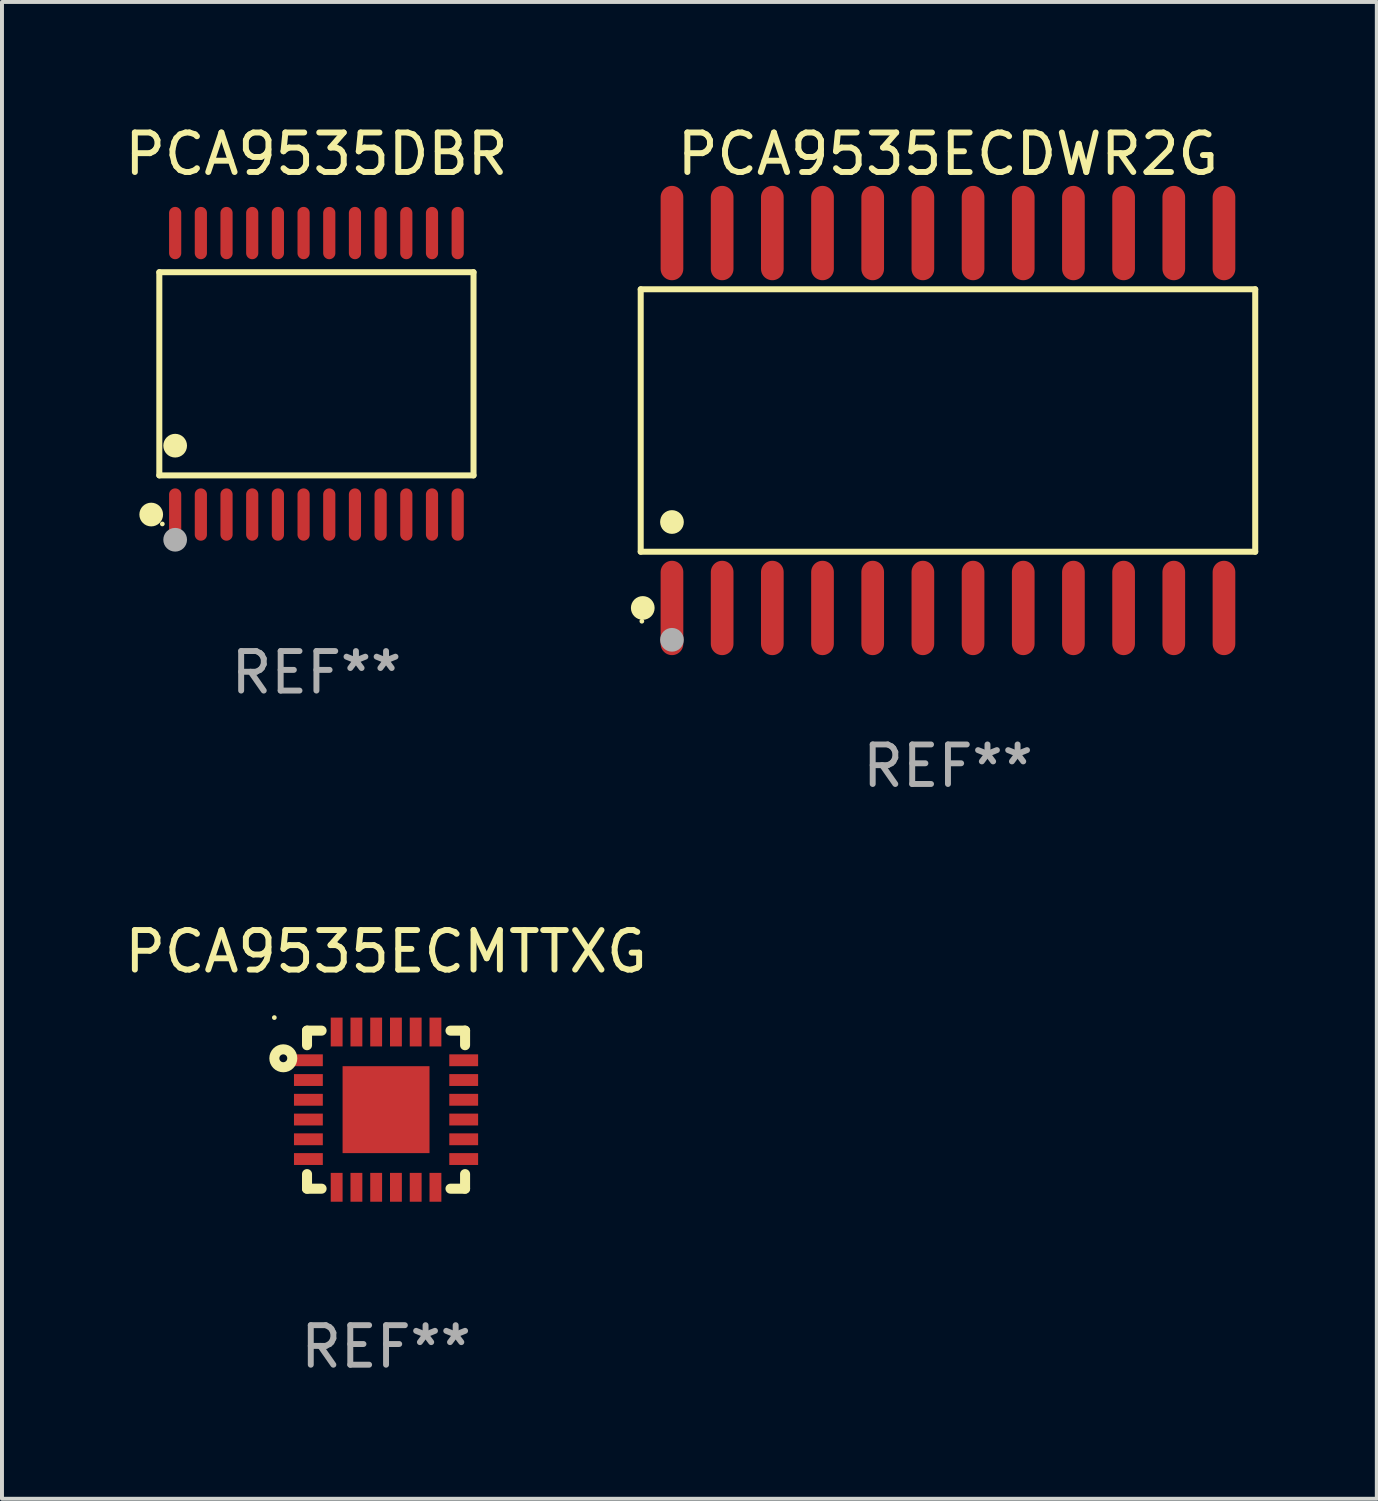
<source format=kicad_pcb>
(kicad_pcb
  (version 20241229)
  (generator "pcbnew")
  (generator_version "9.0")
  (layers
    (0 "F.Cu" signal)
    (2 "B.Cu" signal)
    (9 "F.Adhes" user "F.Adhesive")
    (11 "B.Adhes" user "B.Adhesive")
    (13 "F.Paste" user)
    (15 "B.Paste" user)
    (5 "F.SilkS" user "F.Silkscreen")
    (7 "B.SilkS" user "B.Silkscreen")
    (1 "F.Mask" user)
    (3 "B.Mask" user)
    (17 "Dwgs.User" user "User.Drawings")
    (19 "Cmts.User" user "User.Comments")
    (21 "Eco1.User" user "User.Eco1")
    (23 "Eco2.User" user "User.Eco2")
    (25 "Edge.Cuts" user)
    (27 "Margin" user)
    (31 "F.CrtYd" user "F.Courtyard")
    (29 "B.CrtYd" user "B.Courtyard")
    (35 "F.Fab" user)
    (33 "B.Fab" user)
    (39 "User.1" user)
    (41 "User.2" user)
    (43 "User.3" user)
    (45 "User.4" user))
  (footprint "PCA9535ECMTTXG"
    (layer "F.Cu")
    (at 6.72 25.033)
    (property "Reference" "PCA9535ECMTTXG" (at 0 -4 0) (layer "F.SilkS") (effects (font (size 1 1) (thickness 0.15))))
    (attr through_hole)
    (fp_line (start -2 -2) (end -1.631 -2) (stroke (width 0.254) (type solid)) (layer "F.SilkS"))
    (fp_line (start -2 -1.631) (end -2 -2) (stroke (width 0.254) (type solid)) (layer "F.SilkS"))
    (fp_line (start -2 2) (end -2 1.631) (stroke (width 0.254) (type solid)) (layer "F.SilkS"))
    (fp_line (start -1.631 2) (end -2 2) (stroke (width 0.254) (type solid)) (layer "F.SilkS"))
    (fp_line (start 1.631 -2) (end 2 -2) (stroke (width 0.254) (type solid)) (layer "F.SilkS"))
    (fp_line (start 2 -2) (end 2 -1.631) (stroke (width 0.254) (type solid)) (layer "F.SilkS"))
    (fp_line (start 2 1.631) (end 2 2) (stroke (width 0.254) (type solid)) (layer "F.SilkS"))
    (fp_line (start 2 2) (end 1.631 2) (stroke (width 0.254) (type solid)) (layer "F.SilkS"))
    (fp_circle (center -2.827 -2.33) (end -2.797 -2.33) (stroke (width 0.06) (type solid)) (fill no) (layer "F.SilkS"))
    (fp_circle (center -2.6 -1.3) (end -2.5 -1.3) (stroke (width 0.254) (type solid)) (fill no) (layer "F.SilkS"))
    (fp_text user "REF**" (at 0 6 0) (layer "F.Fab") (effects (font (size 1 1) (thickness 0.15))))
    (pad "1" smd rect (at -1.965 -1.25) (size 0.73 0.3) (layers "F.Cu" "F.Mask" "F.Paste"))
    (pad "2" smd rect (at -1.965 -0.75) (size 0.73 0.3) (layers "F.Cu" "F.Mask" "F.Paste"))
    (pad "3" smd rect (at -1.965 -0.25) (size 0.73 0.3) (layers "F.Cu" "F.Mask" "F.Paste"))
    (pad "4" smd rect (at -1.965 0.25) (size 0.73 0.3) (layers "F.Cu" "F.Mask" "F.Paste"))
    (pad "5" smd rect (at -1.965 0.75) (size 0.73 0.3) (layers "F.Cu" "F.Mask" "F.Paste"))
    (pad "6" smd rect (at -1.965 1.25) (size 0.73 0.3) (layers "F.Cu" "F.Mask" "F.Paste"))
    (pad "7" smd rect (at -1.25 1.965) (size 0.3 0.73) (layers "F.Cu" "F.Mask" "F.Paste"))
    (pad "8" smd rect (at -0.75 1.965) (size 0.3 0.73) (layers "F.Cu" "F.Mask" "F.Paste"))
    (pad "9" smd rect (at -0.25 1.965) (size 0.3 0.73) (layers "F.Cu" "F.Mask" "F.Paste"))
    (pad "10" smd rect (at 0.25 1.965) (size 0.3 0.73) (layers "F.Cu" "F.Mask" "F.Paste"))
    (pad "11" smd rect (at 0.75 1.965) (size 0.3 0.73) (layers "F.Cu" "F.Mask" "F.Paste"))
    (pad "12" smd rect (at 1.25 1.965) (size 0.3 0.73) (layers "F.Cu" "F.Mask" "F.Paste"))
    (pad "13" smd rect (at 1.965 1.25) (size 0.73 0.3) (layers "F.Cu" "F.Mask" "F.Paste"))
    (pad "14" smd rect (at 1.965 0.75) (size 0.73 0.3) (layers "F.Cu" "F.Mask" "F.Paste"))
    (pad "15" smd rect (at 1.965 0.25) (size 0.73 0.3) (layers "F.Cu" "F.Mask" "F.Paste"))
    (pad "16" smd rect (at 1.965 -0.25) (size 0.73 0.3) (layers "F.Cu" "F.Mask" "F.Paste"))
    (pad "17" smd rect (at 1.965 -0.75) (size 0.73 0.3) (layers "F.Cu" "F.Mask" "F.Paste"))
    (pad "18" smd rect (at 1.965 -1.25) (size 0.73 0.3) (layers "F.Cu" "F.Mask" "F.Paste"))
    (pad "19" smd rect (at 1.25 -1.965) (size 0.3 0.73) (layers "F.Cu" "F.Mask" "F.Paste"))
    (pad "20" smd rect (at 0.75 -1.965) (size 0.3 0.73) (layers "F.Cu" "F.Mask" "F.Paste"))
    (pad "21" smd rect (at 0.25 -1.965) (size 0.3 0.73) (layers "F.Cu" "F.Mask" "F.Paste"))
    (pad "22" smd rect (at -0.25 -1.965) (size 0.3 0.73) (layers "F.Cu" "F.Mask" "F.Paste"))
    (pad "23" smd rect (at -0.75 -1.965) (size 0.3 0.73) (layers "F.Cu" "F.Mask" "F.Paste"))
    (pad "24" smd rect (at -1.25 -1.965) (size 0.3 0.73) (layers "F.Cu" "F.Mask" "F.Paste"))
    (pad "25" smd rect (at 0 0) (size 2.2 2.2) (layers "F.Cu" "F.Mask" "F.Paste")))
  (footprint "PCA9535DBR"
    (layer "F.Cu")
    (at 4.958 6.41)
    (property "Reference" "PCA9535DBR" (at 0 -5.562 0) (layer "F.SilkS") (effects (font (size 1 1) (thickness 0.15))))
    (attr through_hole)
    (fp_line (start -3.976 -2.571) (end 3.976 -2.571) (stroke (width 0.152) (type solid)) (layer "F.SilkS"))
    (fp_line (start -3.976 2.571) (end -3.976 -2.571) (stroke (width 0.152) (type solid)) (layer "F.SilkS"))
    (fp_line (start 3.976 -2.571) (end 3.976 2.571) (stroke (width 0.152) (type solid)) (layer "F.SilkS"))
    (fp_line (start 3.976 2.571) (end -3.976 2.571) (stroke (width 0.152) (type solid)) (layer "F.SilkS"))
    (fp_circle (center -4.181 3.562) (end -4.031 3.562) (stroke (width 0.3) (type solid)) (fill no) (layer "F.SilkS"))
    (fp_circle (center -3.9 3.8) (end -3.87 3.8) (stroke (width 0.06) (type solid)) (fill no) (layer "F.SilkS"))
    (fp_circle (center -3.575 1.819) (end -3.425 1.819) (stroke (width 0.3) (type solid)) (fill no) (layer "F.SilkS"))
    (fp_circle (center -3.575 4.2) (end -3.425 4.2) (stroke (width 0.3) (type solid)) (fill no) (layer "F.Fab"))
    (fp_text user "REF**" (at 0 7.562 0) (layer "F.Fab") (effects (font (size 1 1) (thickness 0.15))))
    (pad "1" smd oval (at -3.575 3.562) (size 0.308 1.324) (layers "F.Cu" "F.Mask" "F.Paste"))
    (pad "2" smd oval (at -2.925 3.562) (size 0.308 1.324) (layers "F.Cu" "F.Mask" "F.Paste"))
    (pad "3" smd oval (at -2.275 3.562) (size 0.308 1.324) (layers "F.Cu" "F.Mask" "F.Paste"))
    (pad "4" smd oval (at -1.625 3.562) (size 0.308 1.324) (layers "F.Cu" "F.Mask" "F.Paste"))
    (pad "5" smd oval (at -0.975 3.562) (size 0.308 1.324) (layers "F.Cu" "F.Mask" "F.Paste"))
    (pad "6" smd oval (at -0.325 3.562) (size 0.308 1.324) (layers "F.Cu" "F.Mask" "F.Paste"))
    (pad "7" smd oval (at 0.325 3.562) (size 0.308 1.324) (layers "F.Cu" "F.Mask" "F.Paste"))
    (pad "8" smd oval (at 0.975 3.562) (size 0.308 1.324) (layers "F.Cu" "F.Mask" "F.Paste"))
    (pad "9" smd oval (at 1.625 3.562) (size 0.308 1.324) (layers "F.Cu" "F.Mask" "F.Paste"))
    (pad "10" smd oval (at 2.275 3.562) (size 0.308 1.324) (layers "F.Cu" "F.Mask" "F.Paste"))
    (pad "11" smd oval (at 2.925 3.562) (size 0.308 1.324) (layers "F.Cu" "F.Mask" "F.Paste"))
    (pad "12" smd oval (at 3.575 3.562) (size 0.308 1.324) (layers "F.Cu" "F.Mask" "F.Paste"))
    (pad "13" smd oval (at 3.575 -3.562) (size 0.308 1.324) (layers "F.Cu" "F.Mask" "F.Paste"))
    (pad "14" smd oval (at 2.925 -3.562) (size 0.308 1.324) (layers "F.Cu" "F.Mask" "F.Paste"))
    (pad "15" smd oval (at 2.275 -3.562) (size 0.308 1.324) (layers "F.Cu" "F.Mask" "F.Paste"))
    (pad "16" smd oval (at 1.625 -3.562) (size 0.308 1.324) (layers "F.Cu" "F.Mask" "F.Paste"))
    (pad "17" smd oval (at 0.975 -3.562) (size 0.308 1.324) (layers "F.Cu" "F.Mask" "F.Paste"))
    (pad "18" smd oval (at 0.325 -3.562) (size 0.308 1.324) (layers "F.Cu" "F.Mask" "F.Paste"))
    (pad "19" smd oval (at -0.325 -3.562) (size 0.308 1.324) (layers "F.Cu" "F.Mask" "F.Paste"))
    (pad "20" smd oval (at -0.975 -3.562) (size 0.308 1.324) (layers "F.Cu" "F.Mask" "F.Paste"))
    (pad "21" smd oval (at -1.625 -3.562) (size 0.308 1.324) (layers "F.Cu" "F.Mask" "F.Paste"))
    (pad "22" smd oval (at -2.275 -3.562) (size 0.308 1.324) (layers "F.Cu" "F.Mask" "F.Paste"))
    (pad "23" smd oval (at -2.925 -3.562) (size 0.308 1.324) (layers "F.Cu" "F.Mask" "F.Paste"))
    (pad "24" smd oval (at -3.575 -3.562) (size 0.308 1.324) (layers "F.Cu" "F.Mask" "F.Paste")))
  (footprint "PCA9535ECDWR2G"
    (layer "F.Cu")
    (at 20.941 7.592)
    (property "Reference" "PCA9535ECDWR2G" (at 0 -6.744 0) (layer "F.SilkS") (effects (font (size 1 1) (thickness 0.15))))
    (attr through_hole)
    (fp_line (start -7.776 -3.321) (end 7.776 -3.321) (stroke (width 0.152) (type solid)) (layer "F.SilkS"))
    (fp_line (start -7.776 3.321) (end -7.776 -3.321) (stroke (width 0.152) (type solid)) (layer "F.SilkS"))
    (fp_line (start 7.776 -3.321) (end 7.776 3.321) (stroke (width 0.152) (type solid)) (layer "F.SilkS"))
    (fp_line (start 7.776 3.321) (end -7.776 3.321) (stroke (width 0.152) (type solid)) (layer "F.SilkS"))
    (fp_circle (center -7.747 5.08) (end -7.717 5.08) (stroke (width 0.06) (type solid)) (fill no) (layer "F.SilkS"))
    (fp_circle (center -7.724 4.744) (end -7.574 4.744) (stroke (width 0.3) (type solid)) (fill no) (layer "F.SilkS"))
    (fp_circle (center -6.985 2.569) (end -6.835 2.569) (stroke (width 0.3) (type solid)) (fill no) (layer "F.SilkS"))
    (fp_circle (center -6.985 5.55) (end -6.835 5.55) (stroke (width 0.3) (type solid)) (fill no) (layer "F.Fab"))
    (fp_text user "REF**" (at 0 8.744 0) (layer "F.Fab") (effects (font (size 1 1) (thickness 0.15))))
    (pad "1" smd oval (at -6.985 4.744) (size 0.574 2.388) (layers "F.Cu" "F.Mask" "F.Paste"))
    (pad "2" smd oval (at -5.715 4.744) (size 0.574 2.388) (layers "F.Cu" "F.Mask" "F.Paste"))
    (pad "3" smd oval (at -4.445 4.744) (size 0.574 2.388) (layers "F.Cu" "F.Mask" "F.Paste"))
    (pad "4" smd oval (at -3.175 4.744) (size 0.574 2.388) (layers "F.Cu" "F.Mask" "F.Paste"))
    (pad "5" smd oval (at -1.905 4.744) (size 0.574 2.388) (layers "F.Cu" "F.Mask" "F.Paste"))
    (pad "6" smd oval (at -0.635 4.744) (size 0.574 2.388) (layers "F.Cu" "F.Mask" "F.Paste"))
    (pad "7" smd oval (at 0.635 4.744) (size 0.574 2.388) (layers "F.Cu" "F.Mask" "F.Paste"))
    (pad "8" smd oval (at 1.905 4.744) (size 0.574 2.388) (layers "F.Cu" "F.Mask" "F.Paste"))
    (pad "9" smd oval (at 3.175 4.744) (size 0.574 2.388) (layers "F.Cu" "F.Mask" "F.Paste"))
    (pad "10" smd oval (at 4.445 4.744) (size 0.574 2.388) (layers "F.Cu" "F.Mask" "F.Paste"))
    (pad "11" smd oval (at 5.715 4.744) (size 0.574 2.388) (layers "F.Cu" "F.Mask" "F.Paste"))
    (pad "12" smd oval (at 6.985 4.744) (size 0.574 2.388) (layers "F.Cu" "F.Mask" "F.Paste"))
    (pad "13" smd oval (at 6.985 -4.744) (size 0.574 2.388) (layers "F.Cu" "F.Mask" "F.Paste"))
    (pad "14" smd oval (at 5.715 -4.744) (size 0.574 2.388) (layers "F.Cu" "F.Mask" "F.Paste"))
    (pad "15" smd oval (at 4.445 -4.744) (size 0.574 2.388) (layers "F.Cu" "F.Mask" "F.Paste"))
    (pad "16" smd oval (at 3.175 -4.744) (size 0.574 2.388) (layers "F.Cu" "F.Mask" "F.Paste"))
    (pad "17" smd oval (at 1.905 -4.744) (size 0.574 2.388) (layers "F.Cu" "F.Mask" "F.Paste"))
    (pad "18" smd oval (at 0.635 -4.744) (size 0.574 2.388) (layers "F.Cu" "F.Mask" "F.Paste"))
    (pad "19" smd oval (at -0.635 -4.744) (size 0.574 2.388) (layers "F.Cu" "F.Mask" "F.Paste"))
    (pad "20" smd oval (at -1.905 -4.744) (size 0.574 2.388) (layers "F.Cu" "F.Mask" "F.Paste"))
    (pad "21" smd oval (at -3.175 -4.744) (size 0.574 2.388) (layers "F.Cu" "F.Mask" "F.Paste"))
    (pad "22" smd oval (at -4.445 -4.744) (size 0.574 2.388) (layers "F.Cu" "F.Mask" "F.Paste"))
    (pad "23" smd oval (at -5.715 -4.744) (size 0.574 2.388) (layers "F.Cu" "F.Mask" "F.Paste"))
    (pad "24" smd oval (at -6.985 -4.744) (size 0.574 2.388) (layers "F.Cu" "F.Mask" "F.Paste")))
  (gr_rect
    (start -3 -3)
    (end 31.794 34.881)
    (stroke (width 0.1) (type default))
    (fill no)
    (layer "Edge.Cuts")))
</source>
